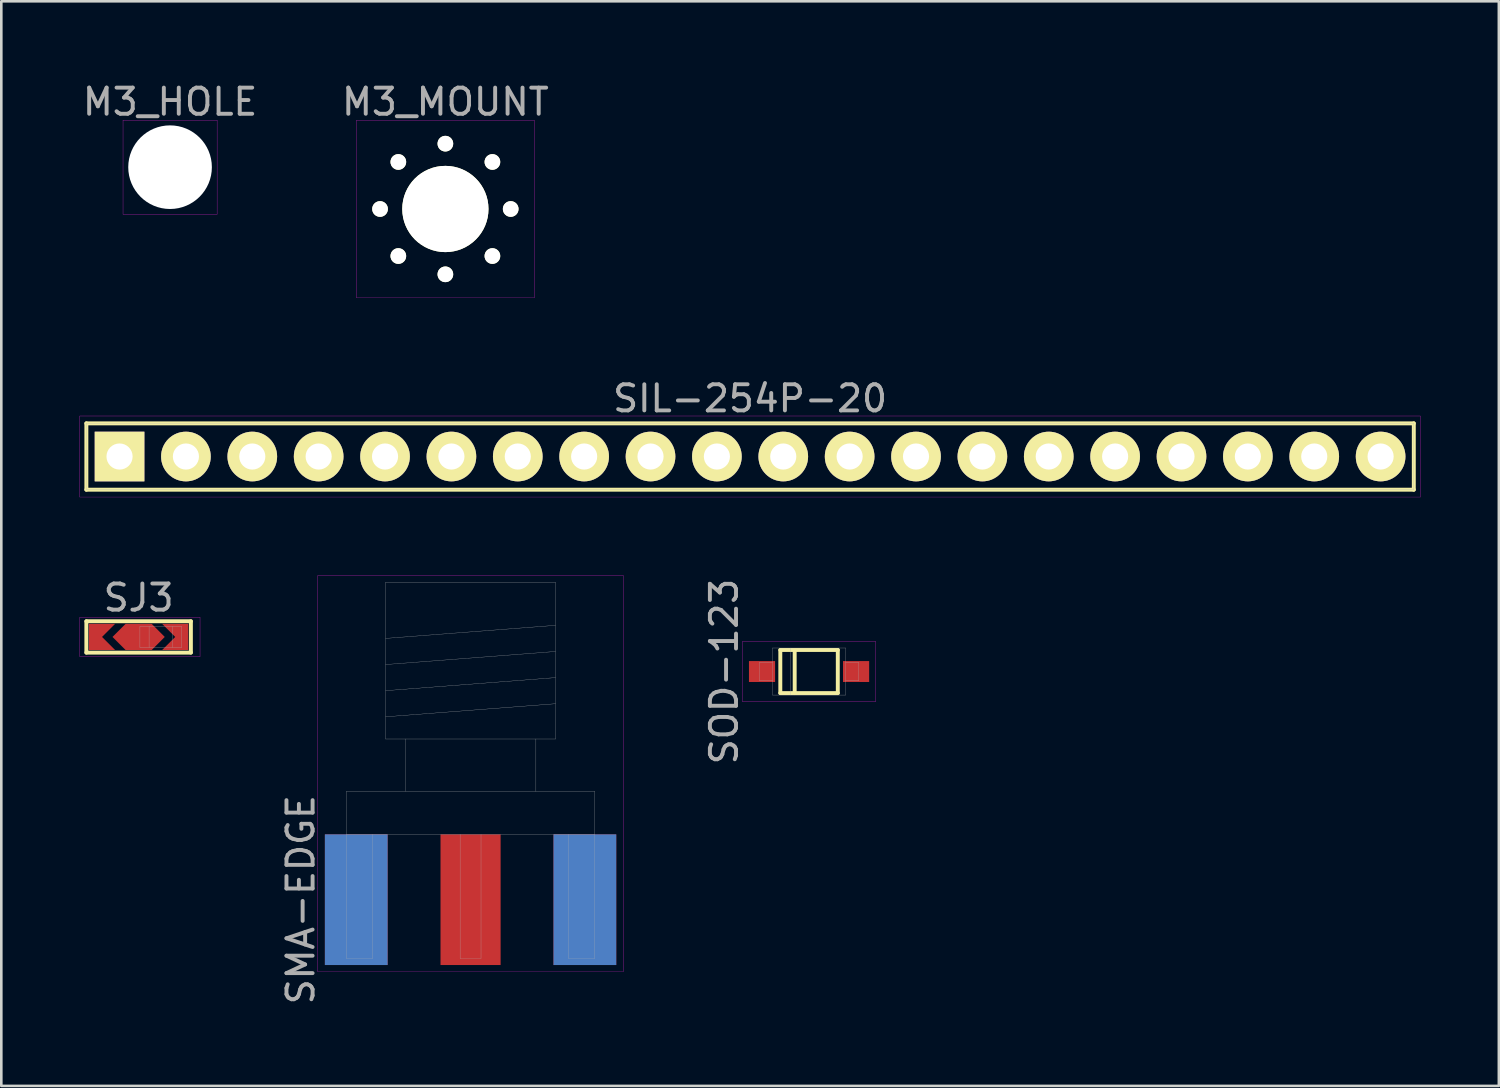
<source format=kicad_pcb>
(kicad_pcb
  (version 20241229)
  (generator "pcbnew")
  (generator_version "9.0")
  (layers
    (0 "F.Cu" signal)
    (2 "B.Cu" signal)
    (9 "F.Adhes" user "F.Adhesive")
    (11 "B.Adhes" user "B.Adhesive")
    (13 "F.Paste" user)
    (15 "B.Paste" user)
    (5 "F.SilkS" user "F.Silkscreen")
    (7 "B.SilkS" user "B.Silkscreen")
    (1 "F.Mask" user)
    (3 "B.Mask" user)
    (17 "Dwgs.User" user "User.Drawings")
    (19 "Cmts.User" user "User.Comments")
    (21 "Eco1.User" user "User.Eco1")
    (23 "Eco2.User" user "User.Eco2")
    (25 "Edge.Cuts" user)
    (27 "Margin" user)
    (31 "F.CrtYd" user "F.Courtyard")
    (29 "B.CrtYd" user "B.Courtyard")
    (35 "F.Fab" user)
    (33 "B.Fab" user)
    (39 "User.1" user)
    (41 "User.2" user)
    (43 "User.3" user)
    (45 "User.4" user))
  (footprint "SJ3"
    (layer "F.Cu")
    (at 2.255 21.325)
    (property "Reference" "SJ3" (at 0 -1.5 180) (layer "F.Fab") (effects (font (size 1 1) (thickness 0.15))))
    (attr through_hole)
    (fp_line (start -2 -0.6) (end -2 0.6) (stroke (width 0.15) (type solid)) (layer "F.SilkS"))
    (fp_line (start -2 0.6) (end 2 0.6) (stroke (width 0.15) (type solid)) (layer "F.SilkS"))
    (fp_line (start 2 -0.6) (end -2 -0.6) (stroke (width 0.15) (type solid)) (layer "F.SilkS"))
    (fp_line (start 2 0.6) (end 2 -0.6) (stroke (width 0.15) (type solid)) (layer "F.SilkS"))
    (fp_line (start -2.25 -0.75) (end 2.35 -0.75) (stroke (width 0.01) (type solid)) (layer "F.CrtYd"))
    (fp_line (start -2.25 0.75) (end -2.25 -0.75) (stroke (width 0.01) (type solid)) (layer "F.CrtYd"))
    (fp_line (start 2.35 -0.75) (end 2.35 0.75) (stroke (width 0.01) (type solid)) (layer "F.CrtYd"))
    (fp_line (start 2.35 0.75) (end -2.25 0.75) (stroke (width 0.01) (type solid)) (layer "F.CrtYd"))
    (fp_line (start 0.05 -0.4) (end 1.65 -0.4) (stroke (width 0.01) (type solid)) (layer "F.Fab"))
    (fp_line (start 0.05 0.4) (end 0.05 -0.4) (stroke (width 0.01) (type solid)) (layer "F.Fab"))
    (fp_line (start 0.4 -0.4) (end 0.4 0.4) (stroke (width 0.01) (type solid)) (layer "F.Fab"))
    (fp_line (start 1.3 -0.4) (end 1.3 0.4) (stroke (width 0.01) (type solid)) (layer "F.Fab"))
    (fp_line (start 1.65 -0.4) (end 1.65 0.4) (stroke (width 0.01) (type solid)) (layer "F.Fab"))
    (fp_line (start 1.65 0.4) (end 0.05 0.4) (stroke (width 0.01) (type solid)) (layer "F.Fab"))
    (pad "" smd rect (at -0.9 0) (size 1 1) (layers "F.Mask"))
    (pad "" smd rect (at 1 0) (size 1 1) (layers "F.Mask"))
    (pad "1" smd custom (at -1.7 0 180) (size 0.4 0.4) (layers "F.Cu" "F.Mask") (options (anchor rect)) (primitives (gr_poly (pts (xy -0.8 0.5) (xy -0.3 0) (xy -0.8 -0.5) (xy 0.2 -0.5) (xy 0.2 0.5)) (width 0) (fill yes))))
    (pad "2" smd custom (at 0 0) (size 1 1) (layers "F.Cu" "F.Mask") (options (anchor rect)) (primitives (gr_poly (pts (xy 0.5 0.5) (xy 1 0) (xy 0.5 -0.5)) (width 0) (fill yes)) (gr_poly (pts (xy -0.5 0.5) (xy -1 0) (xy -0.5 -0.5)) (width 0) (fill yes))))
    (pad "3" smd custom (at 1.7 0) (size 0.4 0.4) (layers "F.Cu" "F.Mask") (options (anchor rect)) (primitives (gr_poly (pts (xy -0.8 0.5) (xy -0.3 0) (xy -0.8 -0.5) (xy 0.2 -0.5) (xy 0.2 0.5)) (width 0) (fill yes)))))
  (footprint "SOD-123"
    (layer "F.Cu")
    (at 27.912 22.649)
    (property "Reference" "SOD-123" (at -3.25 0 90) (layer "F.Fab") (effects (font (size 1 1) (thickness 0.15))))
    (attr through_hole)
    (fp_line (start -1.1 -0.825) (end 1.1 -0.825) (stroke (width 0.15) (type solid)) (layer "F.SilkS"))
    (fp_line (start -1.1 0.825) (end -1.1 -0.825) (stroke (width 0.15) (type solid)) (layer "F.SilkS"))
    (fp_line (start -0.55 -0.825) (end -0.55 0.825) (stroke (width 0.15) (type solid)) (layer "F.SilkS"))
    (fp_line (start 1.1 -0.825) (end 1.1 0.825) (stroke (width 0.15) (type solid)) (layer "F.SilkS"))
    (fp_line (start 1.1 0.825) (end -1.1 0.825) (stroke (width 0.15) (type solid)) (layer "F.SilkS"))
    (fp_line (start -2.55 -1.15) (end 2.55 -1.15) (stroke (width 0.01) (type solid)) (layer "F.CrtYd"))
    (fp_line (start -2.55 1.15) (end -2.55 -1.15) (stroke (width 0.01) (type solid)) (layer "F.CrtYd"))
    (fp_line (start 2.55 -1.15) (end 2.55 1.15) (stroke (width 0.01) (type solid)) (layer "F.CrtYd"))
    (fp_line (start 2.55 1.15) (end -2.55 1.15) (stroke (width 0.01) (type solid)) (layer "F.CrtYd"))
    (fp_line (start -1.9 -0.35) (end -1.9 0.35) (stroke (width 0.01) (type solid)) (layer "F.Fab"))
    (fp_line (start -1.9 -0.35) (end -1.4 -0.35) (stroke (width 0.01) (type solid)) (layer "F.Fab"))
    (fp_line (start -1.9 0.35) (end -1.4 0.35) (stroke (width 0.01) (type solid)) (layer "F.Fab"))
    (fp_line (start -1.4 -0.9) (end 1.4 -0.9) (stroke (width 0.01) (type solid)) (layer "F.Fab"))
    (fp_line (start -1.4 0.9) (end -1.4 -0.9) (stroke (width 0.01) (type solid)) (layer "F.Fab"))
    (fp_line (start -0.7 -0.9) (end -0.7 0.9) (stroke (width 0.01) (type solid)) (layer "F.Fab"))
    (fp_line (start 1.4 -0.9) (end 1.4 0.9) (stroke (width 0.01) (type solid)) (layer "F.Fab"))
    (fp_line (start 1.4 0.9) (end -1.4 0.9) (stroke (width 0.01) (type solid)) (layer "F.Fab"))
    (fp_line (start 1.9 -0.35) (end 1.4 -0.35) (stroke (width 0.01) (type solid)) (layer "F.Fab"))
    (fp_line (start 1.9 -0.35) (end 1.9 0.35) (stroke (width 0.01) (type solid)) (layer "F.Fab"))
    (fp_line (start 1.9 0.35) (end 1.4 0.35) (stroke (width 0.01) (type solid)) (layer "F.Fab"))
    (pad "1" smd rect (at -1.8 0) (size 1 0.8) (layers "F.Cu" "F.Mask" "F.Paste"))
    (pad "2" smd rect (at 1.8 0) (size 1 0.8) (layers "F.Cu" "F.Mask" "F.Paste")))
  (footprint "SMA-EDGE"
    (layer "F.Cu")
    (at 14.958 31.381)
    (property "Reference" "SMA-EDGE" (at -6.5 0 90) (layer "F.Fab") (effects (font (size 1 1) (thickness 0.15))))
    (attr through_hole)
    (fp_line (start -5.85 -12.4) (end -5.85 2.75) (stroke (width 0.01) (type solid)) (layer "F.CrtYd"))
    (fp_line (start -5.85 2.75) (end 5.85 2.75) (stroke (width 0.01) (type solid)) (layer "F.CrtYd"))
    (fp_line (start 5.85 -12.4) (end -5.85 -12.4) (stroke (width 0.01) (type solid)) (layer "F.CrtYd"))
    (fp_line (start 5.85 2.75) (end 5.85 -12.4) (stroke (width 0.01) (type solid)) (layer "F.CrtYd"))
    (fp_line (start -4.75 -4.15) (end 4.75 -4.15) (stroke (width 0.01) (type solid)) (layer "F.Fab"))
    (fp_line (start -4.75 -2.5) (end -4.75 -4.15) (stroke (width 0.01) (type solid)) (layer "F.Fab"))
    (fp_line (start -4.75 -2.5) (end -4.75 2.25) (stroke (width 0.01) (type solid)) (layer "F.Fab"))
    (fp_line (start -4.75 -2.5) (end 4.75 -2.5) (stroke (width 0.01) (type solid)) (layer "F.Fab"))
    (fp_line (start -4.75 2.25) (end -3.75 2.25) (stroke (width 0.01) (type solid)) (layer "F.Fab"))
    (fp_line (start -3.75 2.25) (end -3.75 -2.5) (stroke (width 0.01) (type solid)) (layer "F.Fab"))
    (fp_line (start -3.25 -12.15) (end 3.25 -12.15) (stroke (width 0.01) (type solid)) (layer "F.Fab"))
    (fp_line (start -3.25 -6.15) (end -3.25 -12.15) (stroke (width 0.01) (type solid)) (layer "F.Fab"))
    (fp_line (start -2.5 -4.15) (end -2.5 -6.15) (stroke (width 0.01) (type solid)) (layer "F.Fab"))
    (fp_line (start -0.4 -2.5) (end -0.4 2.25) (stroke (width 0.01) (type solid)) (layer "F.Fab"))
    (fp_line (start -0.4 2.25) (end 0.4 2.25) (stroke (width 0.01) (type solid)) (layer "F.Fab"))
    (fp_line (start 0.4 2.25) (end 0.4 -2.5) (stroke (width 0.01) (type solid)) (layer "F.Fab"))
    (fp_line (start 2.5 -6.15) (end 2.5 -4.15) (stroke (width 0.01) (type solid)) (layer "F.Fab"))
    (fp_line (start 3.25 -12.15) (end 3.25 -6.15) (stroke (width 0.01) (type solid)) (layer "F.Fab"))
    (fp_line (start 3.25 -10.5) (end -3.25 -10) (stroke (width 0.01) (type solid)) (layer "F.Fab"))
    (fp_line (start 3.25 -9.5) (end -3.25 -9) (stroke (width 0.01) (type solid)) (layer "F.Fab"))
    (fp_line (start 3.25 -8.5) (end -3.25 -8) (stroke (width 0.01) (type solid)) (layer "F.Fab"))
    (fp_line (start 3.25 -7.5) (end -3.25 -7) (stroke (width 0.01) (type solid)) (layer "F.Fab"))
    (fp_line (start 3.25 -6.15) (end -3.25 -6.15) (stroke (width 0.01) (type solid)) (layer "F.Fab"))
    (fp_line (start 3.75 2.25) (end 3.75 -2.5) (stroke (width 0.01) (type solid)) (layer "F.Fab"))
    (fp_line (start 4.75 -4.15) (end 4.75 -2.5) (stroke (width 0.01) (type solid)) (layer "F.Fab"))
    (fp_line (start 4.75 -2.5) (end 4.75 2.25) (stroke (width 0.01) (type solid)) (layer "F.Fab"))
    (fp_line (start 4.75 2.25) (end 3.75 2.25) (stroke (width 0.01) (type solid)) (layer "F.Fab"))
    (pad "1" smd rect (at 0 0) (size 2.3 5) (layers "F.Cu" "F.Mask" "F.Paste"))
    (pad "2" smd rect (at -4.375 0) (size 2.4 5) (layers "F.Cu" "F.Mask" "F.Paste"))
    (pad "2" smd rect (at -4.375 0) (size 2.4 5) (layers "B.Cu" "B.Mask" "B.Paste"))
    (pad "2" smd rect (at 4.375 0) (size 2.4 5) (layers "F.Cu" "F.Mask" "F.Paste"))
    (pad "2" smd rect (at 4.375 0) (size 2.4 5) (layers "B.Cu" "B.Mask" "B.Paste")))
  (footprint "M3_MOUNT"
    (layer "F.Cu")
    (at 13.994 4.948)
    (property "Reference" "M3_MOUNT" (at 0 -4.1 0) (layer "F.Fab") (effects (font (size 1 1) (thickness 0.15))))
    (attr through_hole)
    (fp_line (start -3.4 -3.4) (end 3.4 -3.4) (stroke (width 0.01) (type solid)) (layer "F.CrtYd"))
    (fp_line (start -3.4 3.4) (end -3.4 -3.4) (stroke (width 0.01) (type solid)) (layer "F.CrtYd"))
    (fp_line (start 3.4 -3.4) (end 3.4 3.4) (stroke (width 0.01) (type solid)) (layer "F.CrtYd"))
    (fp_line (start 3.4 3.4) (end -3.4 3.4) (stroke (width 0.01) (type solid)) (layer "F.CrtYd"))
    (pad "" np_thru_hole circle (at -2.5 0) (size 0.6 0.6) (drill 0.6) (layers "*.Cu" "*.Mask" "F.SilkS"))
    (pad "" np_thru_hole circle (at -1.8 -1.8) (size 0.6 0.6) (drill 0.6) (layers "*.Cu" "*.Mask" "F.SilkS"))
    (pad "" np_thru_hole circle (at -1.8 1.8) (size 0.6 0.6) (drill 0.6) (layers "*.Cu" "*.Mask" "F.SilkS"))
    (pad "" np_thru_hole circle (at 0 -2.5) (size 0.6 0.6) (drill 0.6) (layers "*.Cu" "*.Mask" "F.SilkS"))
    (pad "" np_thru_hole circle (at 0 0) (size 3.3 3.3) (drill 3.3) (layers "*.Cu" "*.Mask" "F.SilkS"))
    (pad "" np_thru_hole circle (at 0 2.5) (size 0.6 0.6) (drill 0.6) (layers "*.Cu" "*.Mask" "F.SilkS"))
    (pad "" np_thru_hole circle (at 1.8 -1.8) (size 0.6 0.6) (drill 0.6) (layers "*.Cu" "*.Mask" "F.SilkS"))
    (pad "" np_thru_hole circle (at 1.8 1.8) (size 0.6 0.6) (drill 0.6) (layers "*.Cu" "*.Mask" "F.SilkS"))
    (pad "" np_thru_hole circle (at 2.5 0) (size 0.6 0.6) (drill 0.6) (layers "*.Cu" "*.Mask" "F.SilkS")))
  (footprint "SIL-254P-20"
    (layer "F.Cu")
    (at 25.655 14.421)
    (property "Reference" "SIL-254P-20" (at 0 -2.22 0) (layer "F.Fab") (effects (font (size 1 1) (thickness 0.15))))
    (attr through_hole)
    (fp_line (start -25.4 -1.27) (end 25.4 -1.27) (stroke (width 0.15) (type solid)) (layer "F.SilkS"))
    (fp_line (start -25.4 1.27) (end -25.4 -1.27) (stroke (width 0.15) (type solid)) (layer "F.SilkS"))
    (fp_line (start 25.4 -1.27) (end 25.4 1.27) (stroke (width 0.15) (type solid)) (layer "F.SilkS"))
    (fp_line (start 25.4 1.27) (end -25.4 1.27) (stroke (width 0.15) (type solid)) (layer "F.SilkS"))
    (fp_line (start -25.65 -1.55) (end 25.65 -1.55) (stroke (width 0.01) (type solid)) (layer "F.CrtYd"))
    (fp_line (start -25.65 1.55) (end -25.65 -1.55) (stroke (width 0.01) (type solid)) (layer "F.CrtYd"))
    (fp_line (start 25.65 -1.55) (end 25.65 1.55) (stroke (width 0.01) (type solid)) (layer "F.CrtYd"))
    (fp_line (start 25.65 1.55) (end -25.65 1.55) (stroke (width 0.01) (type solid)) (layer "F.CrtYd"))
    (fp_line (start -25.4 -1.27) (end 25.4 -1.27) (stroke (width 0.01) (type solid)) (layer "F.Fab"))
    (fp_line (start -25.4 1.27) (end -25.4 -1.27) (stroke (width 0.01) (type solid)) (layer "F.Fab"))
    (fp_line (start 25.4 -1.27) (end 25.4 1.27) (stroke (width 0.01) (type solid)) (layer "F.Fab"))
    (fp_line (start 25.4 1.27) (end -25.4 1.27) (stroke (width 0.01) (type solid)) (layer "F.Fab"))
    (pad "1" thru_hole rect (at -24.13 0) (size 1.9 1.9) (drill 1) (layers "*.Cu" "*.Mask" "F.SilkS"))
    (pad "2" thru_hole circle (at -21.59 0) (size 1.9 1.9) (drill 1) (layers "*.Cu" "*.Mask" "F.SilkS"))
    (pad "3" thru_hole circle (at -19.05 0) (size 1.9 1.9) (drill 1) (layers "*.Cu" "*.Mask" "F.SilkS"))
    (pad "4" thru_hole circle (at -16.51 0) (size 1.9 1.9) (drill 1) (layers "*.Cu" "*.Mask" "F.SilkS"))
    (pad "5" thru_hole circle (at -13.97 0) (size 1.9 1.9) (drill 1) (layers "*.Cu" "*.Mask" "F.SilkS"))
    (pad "6" thru_hole circle (at -11.43 0) (size 1.9 1.9) (drill 1) (layers "*.Cu" "*.Mask" "F.SilkS"))
    (pad "7" thru_hole circle (at -8.89 0) (size 1.9 1.9) (drill 1) (layers "*.Cu" "*.Mask" "F.SilkS"))
    (pad "8" thru_hole circle (at -6.35 0) (size 1.9 1.9) (drill 1) (layers "*.Cu" "*.Mask" "F.SilkS"))
    (pad "9" thru_hole circle (at -3.81 0) (size 1.9 1.9) (drill 1) (layers "*.Cu" "*.Mask" "F.SilkS"))
    (pad "10" thru_hole circle (at -1.27 0) (size 1.9 1.9) (drill 1) (layers "*.Cu" "*.Mask" "F.SilkS"))
    (pad "11" thru_hole circle (at 1.27 0) (size 1.9 1.9) (drill 1) (layers "*.Cu" "*.Mask" "F.SilkS"))
    (pad "12" thru_hole circle (at 3.81 0) (size 1.9 1.9) (drill 1) (layers "*.Cu" "*.Mask" "F.SilkS"))
    (pad "13" thru_hole circle (at 6.35 0) (size 1.9 1.9) (drill 1) (layers "*.Cu" "*.Mask" "F.SilkS"))
    (pad "14" thru_hole circle (at 8.89 0) (size 1.9 1.9) (drill 1) (layers "*.Cu" "*.Mask" "F.SilkS"))
    (pad "15" thru_hole circle (at 11.43 0) (size 1.9 1.9) (drill 1) (layers "*.Cu" "*.Mask" "F.SilkS"))
    (pad "16" thru_hole circle (at 13.97 0) (size 1.9 1.9) (drill 1) (layers "*.Cu" "*.Mask" "F.SilkS"))
    (pad "17" thru_hole circle (at 16.51 0) (size 1.9 1.9) (drill 1) (layers "*.Cu" "*.Mask" "F.SilkS"))
    (pad "18" thru_hole circle (at 19.05 0) (size 1.9 1.9) (drill 1) (layers "*.Cu" "*.Mask" "F.SilkS"))
    (pad "19" thru_hole circle (at 21.59 0) (size 1.9 1.9) (drill 1) (layers "*.Cu" "*.Mask" "F.SilkS"))
    (pad "20" thru_hole circle (at 24.13 0) (size 1.9 1.9) (drill 1) (layers "*.Cu" "*.Mask" "F.SilkS")))
  (footprint "M3_HOLE"
    (layer "F.Cu")
    (at 3.458 3.348)
    (property "Reference" "M3_HOLE" (at 0 -2.5 0) (layer "F.Fab") (effects (font (size 1 1) (thickness 0.15))))
    (attr through_hole)
    (fp_line (start -1.8 -1.8) (end 1.8 -1.8) (stroke (width 0.01) (type solid)) (layer "F.CrtYd"))
    (fp_line (start -1.8 1.8) (end -1.8 -1.8) (stroke (width 0.01) (type solid)) (layer "F.CrtYd"))
    (fp_line (start 1.8 -1.8) (end 1.8 1.8) (stroke (width 0.01) (type solid)) (layer "F.CrtYd"))
    (fp_line (start 1.8 1.8) (end -1.8 1.8) (stroke (width 0.01) (type solid)) (layer "F.CrtYd"))
    (pad "" np_thru_hole circle (at 0 0) (size 3.2 3.2) (drill 3.2) (layers "*.Cu" "F.Mask")))
  (gr_rect
    (start -3 -3)
    (end 54.31 38.507)
    (stroke (width 0.1) (type default))
    (fill no)
    (layer "Edge.Cuts")))
</source>
